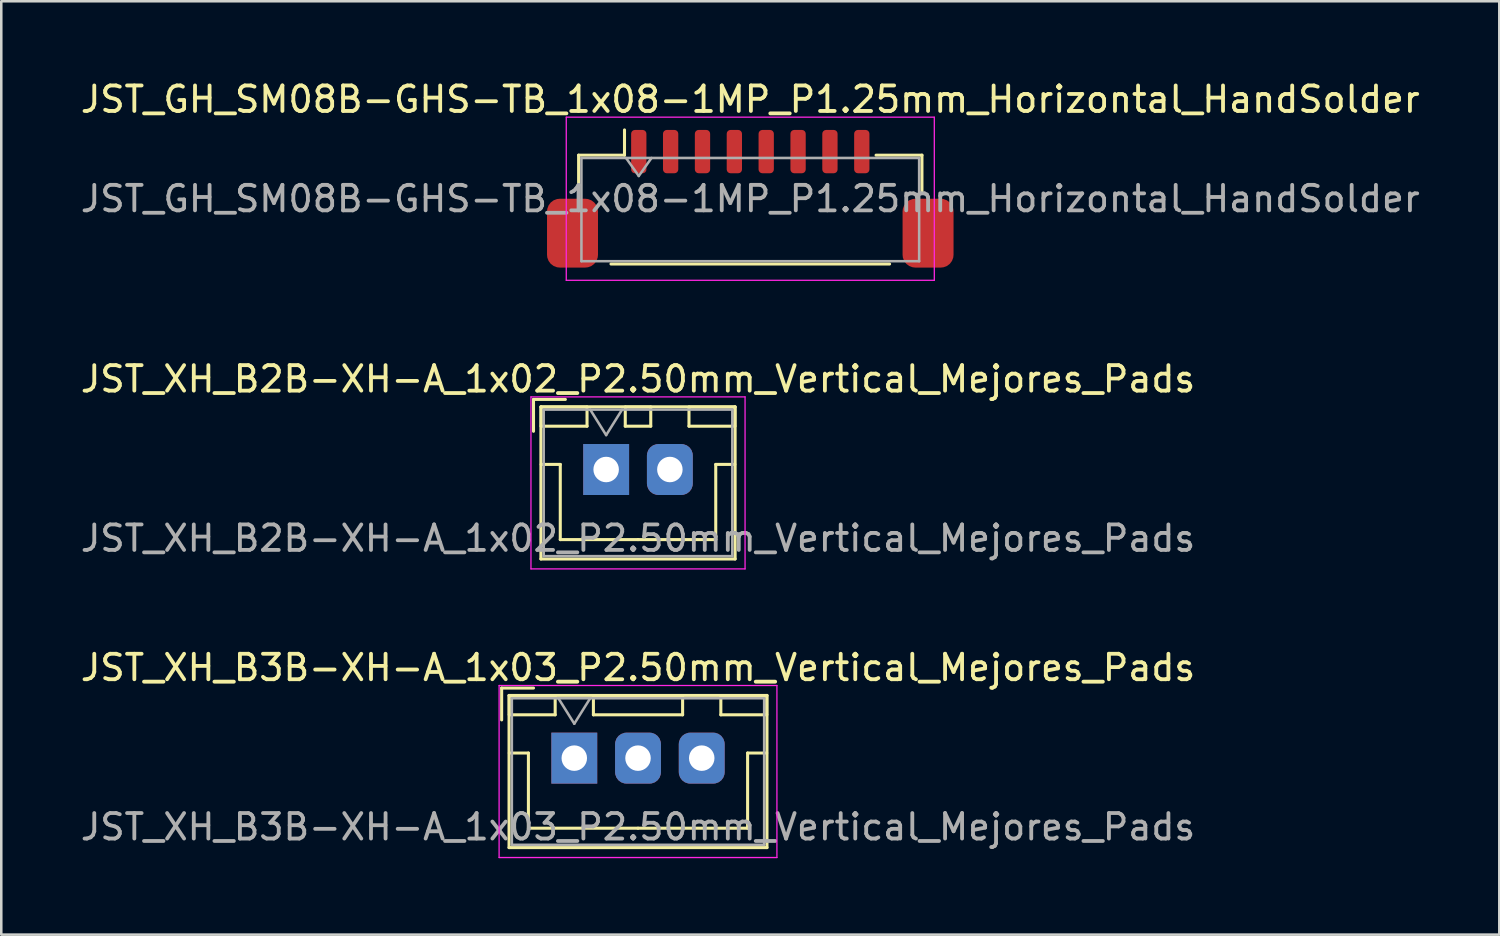
<source format=kicad_pcb>
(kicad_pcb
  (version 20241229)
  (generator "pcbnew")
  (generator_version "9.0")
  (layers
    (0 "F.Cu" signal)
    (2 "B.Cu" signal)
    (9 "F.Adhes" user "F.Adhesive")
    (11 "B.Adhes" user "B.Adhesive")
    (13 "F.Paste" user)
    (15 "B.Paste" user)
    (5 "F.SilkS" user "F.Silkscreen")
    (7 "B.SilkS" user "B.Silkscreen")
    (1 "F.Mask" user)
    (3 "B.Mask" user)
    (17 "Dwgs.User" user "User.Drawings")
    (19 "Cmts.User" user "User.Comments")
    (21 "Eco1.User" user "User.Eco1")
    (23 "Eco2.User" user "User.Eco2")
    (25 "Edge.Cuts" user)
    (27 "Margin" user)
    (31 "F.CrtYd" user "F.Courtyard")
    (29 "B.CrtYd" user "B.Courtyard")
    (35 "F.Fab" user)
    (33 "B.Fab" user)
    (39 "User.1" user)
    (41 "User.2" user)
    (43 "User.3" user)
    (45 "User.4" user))
  (footprint "JST_GH_SM08B-GHS-TB_1x08-1MP_P1.25mm_Horizontal_HandSolder"
    (layer "F.Cu")
    (at 26.387 4.748)
    (property "Reference" "JST_GH_SM08B-GHS-TB_1x08-1MP_P1.25mm_Horizontal_HandSolder" (at 0 -3.9 0) (layer "F.SilkS") (effects (font (size 1 1) (thickness 0.15))))
    (attr smd)
    (fp_line (start -6.735 -1.71) (end -4.935 -1.71) (stroke (width 0.12) (type solid)) (layer "F.SilkS"))
    (fp_line (start -6.735 -0.26) (end -6.735 -1.71) (stroke (width 0.12) (type solid)) (layer "F.SilkS"))
    (fp_line (start -5.465 2.56) (end 5.465 2.56) (stroke (width 0.12) (type solid)) (layer "F.SilkS"))
    (fp_line (start -4.935 -1.71) (end -4.935 -2.7) (stroke (width 0.12) (type solid)) (layer "F.SilkS"))
    (fp_line (start 6.735 -1.71) (end 4.935 -1.71) (stroke (width 0.12) (type solid)) (layer "F.SilkS"))
    (fp_line (start 6.735 -0.26) (end 6.735 -1.71) (stroke (width 0.12) (type solid)) (layer "F.SilkS"))
    (fp_line (start -7.22 -3.2) (end -7.22 3.2) (stroke (width 0.05) (type solid)) (layer "F.CrtYd"))
    (fp_line (start -7.22 3.2) (end 7.22 3.2) (stroke (width 0.05) (type solid)) (layer "F.CrtYd"))
    (fp_line (start 7.22 -3.2) (end -7.22 -3.2) (stroke (width 0.05) (type solid)) (layer "F.CrtYd"))
    (fp_line (start 7.22 3.2) (end 7.22 -3.2) (stroke (width 0.05) (type solid)) (layer "F.CrtYd"))
    (fp_line (start -6.625 -1.6) (end -6.625 2.45) (stroke (width 0.1) (type solid)) (layer "F.Fab"))
    (fp_line (start -6.625 -1.6) (end 6.625 -1.6) (stroke (width 0.1) (type solid)) (layer "F.Fab"))
    (fp_line (start -6.625 2.45) (end 6.625 2.45) (stroke (width 0.1) (type solid)) (layer "F.Fab"))
    (fp_line (start -4.875 -1.6) (end -4.375 -0.893) (stroke (width 0.1) (type solid)) (layer "F.Fab"))
    (fp_line (start -4.375 -0.893) (end -3.875 -1.6) (stroke (width 0.1) (type solid)) (layer "F.Fab"))
    (fp_line (start 6.625 -1.6) (end 6.625 2.45) (stroke (width 0.1) (type solid)) (layer "F.Fab"))
    (fp_text user "${REFERENCE}" (at 0 0 0) (layer "F.Fab") (effects (font (size 1 1) (thickness 0.15))))
    (pad "1" smd roundrect (at -4.375 -1.85) (size 0.6 1.7) (layers "F.Cu" "F.Mask" "F.Paste") (roundrect_rratio 0.25))
    (pad "2" smd roundrect (at -3.125 -1.85) (size 0.6 1.7) (layers "F.Cu" "F.Mask" "F.Paste") (roundrect_rratio 0.25))
    (pad "3" smd roundrect (at -1.875 -1.85) (size 0.6 1.7) (layers "F.Cu" "F.Mask" "F.Paste") (roundrect_rratio 0.25))
    (pad "4" smd roundrect (at -0.625 -1.85) (size 0.6 1.7) (layers "F.Cu" "F.Mask" "F.Paste") (roundrect_rratio 0.25))
    (pad "5" smd roundrect (at 0.625 -1.85) (size 0.6 1.7) (layers "F.Cu" "F.Mask" "F.Paste") (roundrect_rratio 0.25))
    (pad "6" smd roundrect (at 1.875 -1.85) (size 0.6 1.7) (layers "F.Cu" "F.Mask" "F.Paste") (roundrect_rratio 0.25))
    (pad "7" smd roundrect (at 3.125 -1.85) (size 0.6 1.7) (layers "F.Cu" "F.Mask" "F.Paste") (roundrect_rratio 0.25))
    (pad "8" smd roundrect (at 4.375 -1.85) (size 0.6 1.7) (layers "F.Cu" "F.Mask" "F.Paste") (roundrect_rratio 0.25))
    (pad "MP" smd roundrect (at -6.975 1.35) (size 2 2.7) (layers "F.Cu" "F.Mask" "F.Paste") (roundrect_rratio 0.25))
    (pad "MP" smd roundrect (at 6.975 1.35) (size 2 2.7) (layers "F.Cu" "F.Mask" "F.Paste") (roundrect_rratio 0.25)))
  (footprint "JST_XH_B3B-XH-A_1x03_P2.50mm_Vertical_Mejores_Pads"
    (layer "F.Cu")
    (at 19.482 26.695)
    (property "Reference" "JST_XH_B3B-XH-A_1x03_P2.50mm_Vertical_Mejores_Pads" (at 2.5 -3.55 0) (layer "F.SilkS") (effects (font (size 1 1) (thickness 0.15))))
    (property "Value" "(${VALUE})" (at 2.45 -4.2 0) (layer "F.SilkS") (hide yes) (effects (font (size 1 1) (thickness 0.15))))
    (attr through_hole)
    (fp_line (start -2.85 -2.75) (end -2.85 -1.5) (stroke (width 0.12) (type solid)) (layer "F.SilkS"))
    (fp_line (start -2.56 -2.46) (end -2.56 3.51) (stroke (width 0.12) (type solid)) (layer "F.SilkS"))
    (fp_line (start -2.56 3.51) (end 7.56 3.51) (stroke (width 0.12) (type solid)) (layer "F.SilkS"))
    (fp_line (start -2.55 -2.45) (end -2.55 -1.7) (stroke (width 0.12) (type solid)) (layer "F.SilkS"))
    (fp_line (start -2.55 -1.7) (end -0.75 -1.7) (stroke (width 0.12) (type solid)) (layer "F.SilkS"))
    (fp_line (start -2.55 -0.2) (end -1.8 -0.2) (stroke (width 0.12) (type solid)) (layer "F.SilkS"))
    (fp_line (start -1.8 -0.2) (end -1.8 2.75) (stroke (width 0.12) (type solid)) (layer "F.SilkS"))
    (fp_line (start -1.8 2.75) (end 2.5 2.75) (stroke (width 0.12) (type solid)) (layer "F.SilkS"))
    (fp_line (start -1.6 -2.75) (end -2.85 -2.75) (stroke (width 0.12) (type solid)) (layer "F.SilkS"))
    (fp_line (start -0.75 -2.45) (end -2.55 -2.45) (stroke (width 0.12) (type solid)) (layer "F.SilkS"))
    (fp_line (start -0.75 -1.7) (end -0.75 -2.45) (stroke (width 0.12) (type solid)) (layer "F.SilkS"))
    (fp_line (start 0.75 -2.45) (end 0.75 -1.7) (stroke (width 0.12) (type solid)) (layer "F.SilkS"))
    (fp_line (start 0.75 -1.7) (end 4.25 -1.7) (stroke (width 0.12) (type solid)) (layer "F.SilkS"))
    (fp_line (start 4.25 -2.45) (end 0.75 -2.45) (stroke (width 0.12) (type solid)) (layer "F.SilkS"))
    (fp_line (start 4.25 -1.7) (end 4.25 -2.45) (stroke (width 0.12) (type solid)) (layer "F.SilkS"))
    (fp_line (start 5.75 -2.45) (end 5.75 -1.7) (stroke (width 0.12) (type solid)) (layer "F.SilkS"))
    (fp_line (start 5.75 -1.7) (end 7.55 -1.7) (stroke (width 0.12) (type solid)) (layer "F.SilkS"))
    (fp_line (start 6.8 -0.2) (end 6.8 2.75) (stroke (width 0.12) (type solid)) (layer "F.SilkS"))
    (fp_line (start 6.8 2.75) (end 2.5 2.75) (stroke (width 0.12) (type solid)) (layer "F.SilkS"))
    (fp_line (start 7.55 -2.45) (end 5.75 -2.45) (stroke (width 0.12) (type solid)) (layer "F.SilkS"))
    (fp_line (start 7.55 -1.7) (end 7.55 -2.45) (stroke (width 0.12) (type solid)) (layer "F.SilkS"))
    (fp_line (start 7.55 -0.2) (end 6.8 -0.2) (stroke (width 0.12) (type solid)) (layer "F.SilkS"))
    (fp_line (start 7.56 -2.46) (end -2.56 -2.46) (stroke (width 0.12) (type solid)) (layer "F.SilkS"))
    (fp_line (start 7.56 3.51) (end 7.56 -2.46) (stroke (width 0.12) (type solid)) (layer "F.SilkS"))
    (fp_line (start -2.95 -2.85) (end -2.95 3.9) (stroke (width 0.05) (type solid)) (layer "F.CrtYd"))
    (fp_line (start -2.95 3.9) (end 7.95 3.9) (stroke (width 0.05) (type solid)) (layer "F.CrtYd"))
    (fp_line (start 7.95 -2.85) (end -2.95 -2.85) (stroke (width 0.05) (type solid)) (layer "F.CrtYd"))
    (fp_line (start 7.95 3.9) (end 7.95 -2.85) (stroke (width 0.05) (type solid)) (layer "F.CrtYd"))
    (fp_line (start -2.45 -2.35) (end -2.45 3.4) (stroke (width 0.1) (type solid)) (layer "F.Fab"))
    (fp_line (start -2.45 3.4) (end 7.45 3.4) (stroke (width 0.1) (type solid)) (layer "F.Fab"))
    (fp_line (start -0.625 -2.35) (end 0 -1.35) (stroke (width 0.1) (type solid)) (layer "F.Fab"))
    (fp_line (start 0 -1.35) (end 0.625 -2.35) (stroke (width 0.1) (type solid)) (layer "F.Fab"))
    (fp_line (start 7.45 -2.35) (end -2.45 -2.35) (stroke (width 0.1) (type solid)) (layer "F.Fab"))
    (fp_line (start 7.45 3.4) (end 7.45 -2.35) (stroke (width 0.1) (type solid)) (layer "F.Fab"))
    (fp_text user "${REFERENCE}" (at 2.5 2.7 0) (layer "F.Fab") (effects (font (size 1 1) (thickness 0.15))))
    (pad "1" thru_hole rect (at 0 0) (size 1.8 2) (drill 1) (layers "*.Cu" "*.Mask"))
    (pad "2" thru_hole roundrect (at 2.5 0) (size 1.8 2) (drill 1) (layers "*.Cu" "*.Mask") (roundrect_rratio 0.25))
    (pad "3" thru_hole roundrect (at 5 0) (size 1.8 2) (drill 1) (layers "*.Cu" "*.Mask") (roundrect_rratio 0.25)))
  (footprint "JST_XH_B2B-XH-A_1x02_P2.50mm_Vertical_Mejores_Pads"
    (layer "F.Cu")
    (at 20.732 15.371)
    (property "Reference" "JST_XH_B2B-XH-A_1x02_P2.50mm_Vertical_Mejores_Pads" (at 1.25 -3.55 0) (layer "F.SilkS") (effects (font (size 1 1) (thickness 0.15))))
    (property "Value" "(${VALUE})" (at 1.1 -4.2 0) (layer "F.SilkS") (hide yes) (effects (font (size 1 1) (thickness 0.15))))
    (attr through_hole)
    (fp_line (start -2.85 -2.75) (end -2.85 -1.5) (stroke (width 0.12) (type solid)) (layer "F.SilkS"))
    (fp_line (start -2.56 -2.46) (end -2.56 3.51) (stroke (width 0.12) (type solid)) (layer "F.SilkS"))
    (fp_line (start -2.56 3.51) (end 5.06 3.51) (stroke (width 0.12) (type solid)) (layer "F.SilkS"))
    (fp_line (start -2.55 -2.45) (end -2.55 -1.7) (stroke (width 0.12) (type solid)) (layer "F.SilkS"))
    (fp_line (start -2.55 -1.7) (end -0.75 -1.7) (stroke (width 0.12) (type solid)) (layer "F.SilkS"))
    (fp_line (start -2.55 -0.2) (end -1.8 -0.2) (stroke (width 0.12) (type solid)) (layer "F.SilkS"))
    (fp_line (start -1.8 -0.2) (end -1.8 2.75) (stroke (width 0.12) (type solid)) (layer "F.SilkS"))
    (fp_line (start -1.8 2.75) (end 1.25 2.75) (stroke (width 0.12) (type solid)) (layer "F.SilkS"))
    (fp_line (start -1.6 -2.75) (end -2.85 -2.75) (stroke (width 0.12) (type solid)) (layer "F.SilkS"))
    (fp_line (start -0.75 -2.45) (end -2.55 -2.45) (stroke (width 0.12) (type solid)) (layer "F.SilkS"))
    (fp_line (start -0.75 -1.7) (end -0.75 -2.45) (stroke (width 0.12) (type solid)) (layer "F.SilkS"))
    (fp_line (start 0.75 -2.45) (end 0.75 -1.7) (stroke (width 0.12) (type solid)) (layer "F.SilkS"))
    (fp_line (start 0.75 -1.7) (end 1.75 -1.7) (stroke (width 0.12) (type solid)) (layer "F.SilkS"))
    (fp_line (start 1.75 -2.45) (end 0.75 -2.45) (stroke (width 0.12) (type solid)) (layer "F.SilkS"))
    (fp_line (start 1.75 -1.7) (end 1.75 -2.45) (stroke (width 0.12) (type solid)) (layer "F.SilkS"))
    (fp_line (start 3.25 -2.45) (end 3.25 -1.7) (stroke (width 0.12) (type solid)) (layer "F.SilkS"))
    (fp_line (start 3.25 -1.7) (end 5.05 -1.7) (stroke (width 0.12) (type solid)) (layer "F.SilkS"))
    (fp_line (start 4.3 -0.2) (end 4.3 2.75) (stroke (width 0.12) (type solid)) (layer "F.SilkS"))
    (fp_line (start 4.3 2.75) (end 1.25 2.75) (stroke (width 0.12) (type solid)) (layer "F.SilkS"))
    (fp_line (start 5.05 -2.45) (end 3.25 -2.45) (stroke (width 0.12) (type solid)) (layer "F.SilkS"))
    (fp_line (start 5.05 -1.7) (end 5.05 -2.45) (stroke (width 0.12) (type solid)) (layer "F.SilkS"))
    (fp_line (start 5.05 -0.2) (end 4.3 -0.2) (stroke (width 0.12) (type solid)) (layer "F.SilkS"))
    (fp_line (start 5.06 -2.46) (end -2.56 -2.46) (stroke (width 0.12) (type solid)) (layer "F.SilkS"))
    (fp_line (start 5.06 3.51) (end 5.06 -2.46) (stroke (width 0.12) (type solid)) (layer "F.SilkS"))
    (fp_line (start -2.95 -2.85) (end -2.95 3.9) (stroke (width 0.05) (type solid)) (layer "F.CrtYd"))
    (fp_line (start -2.95 3.9) (end 5.45 3.9) (stroke (width 0.05) (type solid)) (layer "F.CrtYd"))
    (fp_line (start 5.45 -2.85) (end -2.95 -2.85) (stroke (width 0.05) (type solid)) (layer "F.CrtYd"))
    (fp_line (start 5.45 3.9) (end 5.45 -2.85) (stroke (width 0.05) (type solid)) (layer "F.CrtYd"))
    (fp_line (start -2.45 -2.35) (end -2.45 3.4) (stroke (width 0.1) (type solid)) (layer "F.Fab"))
    (fp_line (start -2.45 3.4) (end 4.95 3.4) (stroke (width 0.1) (type solid)) (layer "F.Fab"))
    (fp_line (start -0.625 -2.35) (end 0 -1.35) (stroke (width 0.1) (type solid)) (layer "F.Fab"))
    (fp_line (start 0 -1.35) (end 0.625 -2.35) (stroke (width 0.1) (type solid)) (layer "F.Fab"))
    (fp_line (start 4.95 -2.35) (end -2.45 -2.35) (stroke (width 0.1) (type solid)) (layer "F.Fab"))
    (fp_line (start 4.95 3.4) (end 4.95 -2.35) (stroke (width 0.1) (type solid)) (layer "F.Fab"))
    (fp_text user "${REFERENCE}" (at 1.25 2.7 0) (layer "F.Fab") (effects (font (size 1 1) (thickness 0.15))))
    (pad "1" thru_hole rect (at 0 0) (size 1.8 2) (drill 1) (layers "*.Cu" "*.Mask"))
    (pad "2" thru_hole roundrect (at 2.5 0) (size 1.8 2) (drill 1) (layers "*.Cu" "*.Mask") (roundrect_rratio 0.25)))
  (gr_rect
    (start -3 -3)
    (end 55.774 33.62)
    (stroke (width 0.1) (type default))
    (fill no)
    (layer "Edge.Cuts")))
</source>
